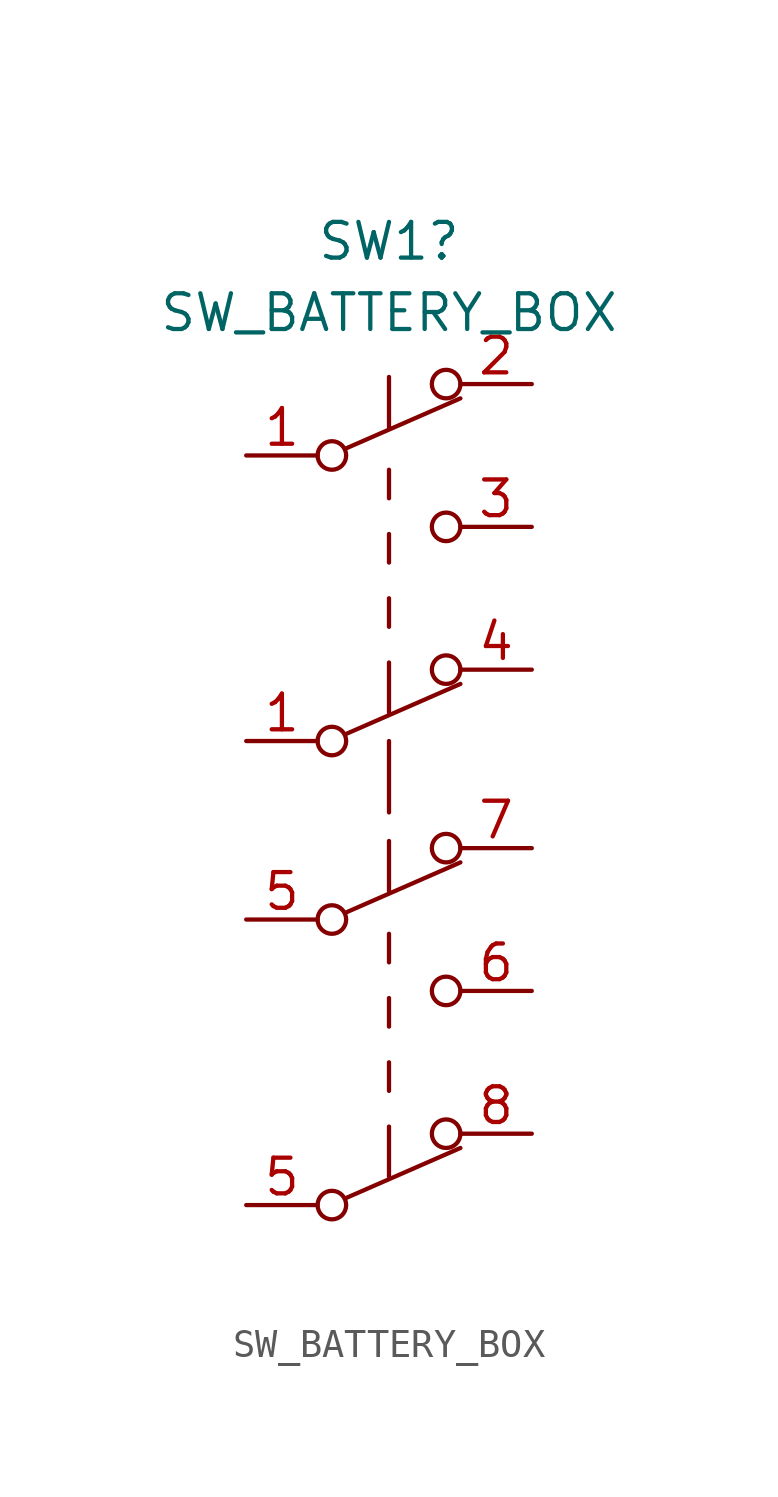
<source format=kicad_sym>
(kicad_symbol_lib
  (version 20220914)
  (generator kicad_symbol_editor)
  (symbol "SW_BATTERY_BOX"
    (pin_names hide)
    (property "Reference" "SW1"
      (at 0 1.27 0)
      (effects (font (size 1.27 1.27))))
    (property "Value" "SW_BATTERY_BOX"
      (at 0 -1.27 0)
      (effects (font (size 1.27 1.27))))
    (symbol "SW_BATTERY_BOX_0_0"
      (circle (center -2.032 -33.02) (radius 0.508) (stroke (width 0) (type default)) (fill (type none)))
      (circle (center -2.032 -22.86) (radius 0.508) (stroke (width 0) (type default)) (fill (type none)))
      (circle (center -2.032 -16.51) (radius 0.508) (stroke (width 0) (type default)) (fill (type none)))
      (circle (center -2.032 -6.35) (radius 0.508) (stroke (width 0) (type default)) (fill (type none)))
      (circle (center 2.032 -25.4) (radius 0.508) (stroke (width 0) (type default)) (fill (type none)))
      (circle (center 2.032 -8.89) (radius 0.508) (stroke (width 0) (type default)) (fill (type none))))
    (symbol "SW_BATTERY_BOX_0_1"
      (polyline (pts (xy -1.524 -32.766) (xy 2.54 -30.988)) (stroke (width 0) (type default)) (fill (type none)))
      (polyline (pts (xy -1.524 -22.606) (xy 2.54 -20.828)) (stroke (width 0) (type default)) (fill (type none)))
      (polyline (pts (xy -1.524 -16.256) (xy 2.54 -14.478)) (stroke (width 0) (type default)) (fill (type none)))
      (polyline (pts (xy -1.524 -6.096) (xy 2.54 -4.318)) (stroke (width 0) (type default)) (fill (type none)))
      (polyline (pts (xy 0 -30.226) (xy 0 -32.004)) (stroke (width 0) (type default)) (fill (type none)))
      (polyline (pts (xy 0 -28.956) (xy 0 -27.94)) (stroke (width 0) (type default)) (fill (type none)))
      (polyline (pts (xy 0 -26.67) (xy 0 -25.654)) (stroke (width 0) (type default)) (fill (type none)))
      (polyline (pts (xy 0 -24.384) (xy 0 -23.368)) (stroke (width 0) (type default)) (fill (type none)))
      (polyline (pts (xy 0 -20.066) (xy 0 -21.844)) (stroke (width 0) (type default)) (fill (type none)))
      (polyline (pts (xy 0 -16.51) (xy 0 -19.05)) (stroke (width 0) (type default)) (fill (type none)))
      (polyline (pts (xy 0 -13.716) (xy 0 -15.494)) (stroke (width 0) (type default)) (fill (type none)))
      (polyline (pts (xy 0 -12.446) (xy 0 -11.43)) (stroke (width 0) (type default)) (fill (type none)))
      (polyline (pts (xy 0 -10.16) (xy 0 -9.144)) (stroke (width 0) (type default)) (fill (type none)))
      (polyline (pts (xy 0 -7.874) (xy 0 -6.858)) (stroke (width 0) (type default)) (fill (type none)))
      (polyline (pts (xy 0 -3.556) (xy 0 -5.334)) (stroke (width 0) (type default)) (fill (type none)))
      (circle (center 2.032 -30.48) (radius 0.508) (stroke (width 0) (type default)) (fill (type none)))
      (circle (center 2.032 -20.32) (radius 0.508) (stroke (width 0) (type default)) (fill (type none)))
      (circle (center 2.032 -13.97) (radius 0.508) (stroke (width 0) (type default)) (fill (type none)))
      (circle (center 2.032 -3.81) (radius 0.508) (stroke (width 0) (type default)) (fill (type none))))
    (symbol "SW_BATTERY_BOX_1_1"
      (pin passive line (at -5.08 -16.51 0) (length 2.54) (name "M1" (effects (font (size 1.27 1.27)))) (number "1" (effects (font (size 1.27 1.27)))))
      (pin passive line (at -5.08 -6.35 0) (length 2.54) (name "M1" (effects (font (size 1.27 1.27)))) (number "1" (effects (font (size 1.27 1.27)))))
      (pin passive line (at 5.08 -3.81 180) (length 2.54) (name "B+" (effects (font (size 1.27 1.27)))) (number "2" (effects (font (size 1.27 1.27)))))
      (pin passive line (at 5.08 -8.89 180) (length 2.54) (name "B-" (effects (font (size 1.27 1.27)))) (number "3" (effects (font (size 1.27 1.27)))))
      (pin passive line (at 5.08 -13.97 180) (length 2.54) (name "9V" (effects (font (size 1.27 1.27)))) (number "4" (effects (font (size 1.27 1.27)))))
      (pin passive line (at -5.08 -33.02 0) (length 2.54) (name "M2" (effects (font (size 1.27 1.27)))) (number "5" (effects (font (size 1.27 1.27)))))
      (pin passive line (at -5.08 -22.86 0) (length 2.54) (name "M2" (effects (font (size 1.27 1.27)))) (number "5" (effects (font (size 1.27 1.27)))))
      (pin passive line (at 5.08 -25.4 180) (length 2.54) (name "B+" (effects (font (size 1.27 1.27)))) (number "6" (effects (font (size 1.27 1.27)))))
      (pin passive line (at 5.08 -20.32 180) (length 2.54) (name "B-" (effects (font (size 1.27 1.27)))) (number "7" (effects (font (size 1.27 1.27)))))
      (pin passive line (at 5.08 -30.48 180) (length 2.54) (name "9V" (effects (font (size 1.27 1.27)))) (number "8" (effects (font (size 1.27 1.27))))))))
</source>
